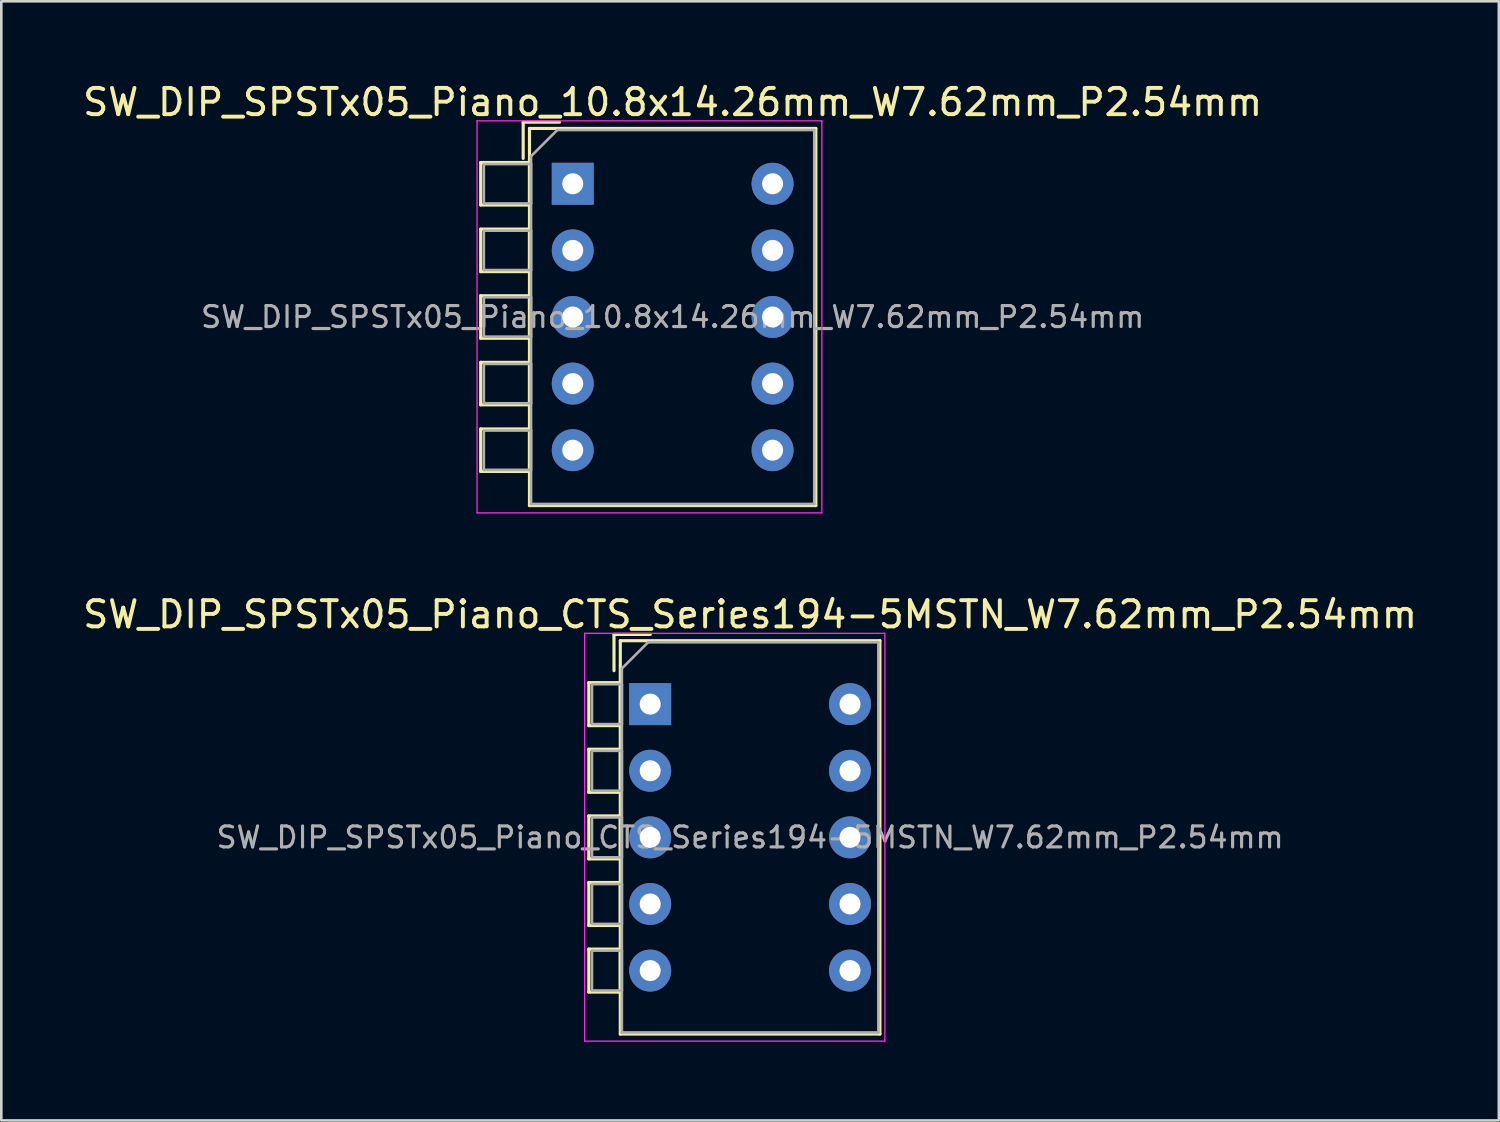
<source format=kicad_pcb>
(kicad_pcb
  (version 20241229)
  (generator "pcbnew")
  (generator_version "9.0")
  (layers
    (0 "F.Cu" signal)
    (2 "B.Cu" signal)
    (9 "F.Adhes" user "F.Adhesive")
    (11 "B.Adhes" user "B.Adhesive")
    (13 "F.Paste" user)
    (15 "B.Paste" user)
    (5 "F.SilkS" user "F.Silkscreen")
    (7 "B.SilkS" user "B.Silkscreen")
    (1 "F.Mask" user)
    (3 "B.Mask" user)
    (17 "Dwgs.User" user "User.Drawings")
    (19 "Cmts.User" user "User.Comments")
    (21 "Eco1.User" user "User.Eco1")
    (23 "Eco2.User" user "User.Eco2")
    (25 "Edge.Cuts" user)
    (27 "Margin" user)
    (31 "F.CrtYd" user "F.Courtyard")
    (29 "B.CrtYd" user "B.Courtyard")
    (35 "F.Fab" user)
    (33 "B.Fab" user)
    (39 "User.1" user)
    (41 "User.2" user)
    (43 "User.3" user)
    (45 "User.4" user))
  (footprint "SW_DIP_SPSTx05_Piano_CTS_Series194-5MSTN_W7.62mm_P2.54mm"
    (layer "F.Cu")
    (at 21.744 23.802)
    (property "Reference" "SW_DIP_SPSTx05_Piano_CTS_Series194-5MSTN_W7.62mm_P2.54mm" (at 3.81 -3.42 0) (layer "F.SilkS") (effects (font (size 1 1) (thickness 0.15))))
    (attr through_hole)
    (fp_line (start -2.34 -0.82) (end -2.34 0.82) (stroke (width 0.12) (type solid)) (layer "F.SilkS"))
    (fp_line (start -2.34 -0.82) (end -1.14 -0.82) (stroke (width 0.12) (type solid)) (layer "F.SilkS"))
    (fp_line (start -2.34 0.82) (end -1.14 0.82) (stroke (width 0.12) (type solid)) (layer "F.SilkS"))
    (fp_line (start -2.34 1.72) (end -2.34 3.361) (stroke (width 0.12) (type solid)) (layer "F.SilkS"))
    (fp_line (start -2.34 1.72) (end -1.14 1.72) (stroke (width 0.12) (type solid)) (layer "F.SilkS"))
    (fp_line (start -2.34 3.361) (end -1.14 3.361) (stroke (width 0.12) (type solid)) (layer "F.SilkS"))
    (fp_line (start -2.34 4.261) (end -2.34 5.9) (stroke (width 0.12) (type solid)) (layer "F.SilkS"))
    (fp_line (start -2.34 4.261) (end -1.14 4.261) (stroke (width 0.12) (type solid)) (layer "F.SilkS"))
    (fp_line (start -2.34 5.9) (end -1.14 5.9) (stroke (width 0.12) (type solid)) (layer "F.SilkS"))
    (fp_line (start -2.34 6.801) (end -2.34 8.441) (stroke (width 0.12) (type solid)) (layer "F.SilkS"))
    (fp_line (start -2.34 6.801) (end -1.14 6.801) (stroke (width 0.12) (type solid)) (layer "F.SilkS"))
    (fp_line (start -2.34 8.441) (end -1.14 8.441) (stroke (width 0.12) (type solid)) (layer "F.SilkS"))
    (fp_line (start -2.34 9.34) (end -2.34 10.98) (stroke (width 0.12) (type solid)) (layer "F.SilkS"))
    (fp_line (start -2.34 9.34) (end -1.14 9.34) (stroke (width 0.12) (type solid)) (layer "F.SilkS"))
    (fp_line (start -2.34 10.98) (end -1.14 10.98) (stroke (width 0.12) (type solid)) (layer "F.SilkS"))
    (fp_line (start -1.38 -2.66) (end -1.38 -1.277) (stroke (width 0.12) (type solid)) (layer "F.SilkS"))
    (fp_line (start -1.38 -2.66) (end 0.004 -2.66) (stroke (width 0.12) (type solid)) (layer "F.SilkS"))
    (fp_line (start -1.14 -2.42) (end -1.14 12.58) (stroke (width 0.12) (type solid)) (layer "F.SilkS"))
    (fp_line (start -1.14 -2.42) (end 8.76 -2.42) (stroke (width 0.12) (type solid)) (layer "F.SilkS"))
    (fp_line (start -1.14 -0.82) (end -1.14 0.82) (stroke (width 0.12) (type solid)) (layer "F.SilkS"))
    (fp_line (start -1.14 1.72) (end -1.14 3.361) (stroke (width 0.12) (type solid)) (layer "F.SilkS"))
    (fp_line (start -1.14 4.261) (end -1.14 5.9) (stroke (width 0.12) (type solid)) (layer "F.SilkS"))
    (fp_line (start -1.14 6.801) (end -1.14 8.441) (stroke (width 0.12) (type solid)) (layer "F.SilkS"))
    (fp_line (start -1.14 9.34) (end -1.14 10.98) (stroke (width 0.12) (type solid)) (layer "F.SilkS"))
    (fp_line (start -1.14 12.58) (end 8.76 12.58) (stroke (width 0.12) (type solid)) (layer "F.SilkS"))
    (fp_line (start 8.76 -2.42) (end 8.76 12.58) (stroke (width 0.12) (type solid)) (layer "F.SilkS"))
    (fp_line (start -2.5 -2.7) (end -2.5 12.85) (stroke (width 0.05) (type solid)) (layer "F.CrtYd"))
    (fp_line (start -2.5 12.85) (end 8.95 12.85) (stroke (width 0.05) (type solid)) (layer "F.CrtYd"))
    (fp_line (start 8.95 -2.7) (end -2.5 -2.7) (stroke (width 0.05) (type solid)) (layer "F.CrtYd"))
    (fp_line (start 8.95 12.85) (end 8.95 -2.7) (stroke (width 0.05) (type solid)) (layer "F.CrtYd"))
    (fp_line (start -2.22 -0.76) (end -1.08 -0.76) (stroke (width 0.1) (type solid)) (layer "F.Fab"))
    (fp_line (start -2.22 0.76) (end -2.22 -0.76) (stroke (width 0.1) (type solid)) (layer "F.Fab"))
    (fp_line (start -2.22 1.78) (end -1.08 1.78) (stroke (width 0.1) (type solid)) (layer "F.Fab"))
    (fp_line (start -2.22 3.3) (end -2.22 1.78) (stroke (width 0.1) (type solid)) (layer "F.Fab"))
    (fp_line (start -2.22 4.32) (end -1.08 4.32) (stroke (width 0.1) (type solid)) (layer "F.Fab"))
    (fp_line (start -2.22 5.84) (end -2.22 4.32) (stroke (width 0.1) (type solid)) (layer "F.Fab"))
    (fp_line (start -2.22 6.86) (end -1.08 6.86) (stroke (width 0.1) (type solid)) (layer "F.Fab"))
    (fp_line (start -2.22 8.38) (end -2.22 6.86) (stroke (width 0.1) (type solid)) (layer "F.Fab"))
    (fp_line (start -2.22 9.4) (end -1.08 9.4) (stroke (width 0.1) (type solid)) (layer "F.Fab"))
    (fp_line (start -2.22 10.92) (end -2.22 9.4) (stroke (width 0.1) (type solid)) (layer "F.Fab"))
    (fp_line (start -1.08 -1.36) (end -0.08 -2.36) (stroke (width 0.1) (type solid)) (layer "F.Fab"))
    (fp_line (start -1.08 -0.76) (end -1.08 0.76) (stroke (width 0.1) (type solid)) (layer "F.Fab"))
    (fp_line (start -1.08 0.76) (end -2.22 0.76) (stroke (width 0.1) (type solid)) (layer "F.Fab"))
    (fp_line (start -1.08 1.78) (end -1.08 3.3) (stroke (width 0.1) (type solid)) (layer "F.Fab"))
    (fp_line (start -1.08 3.3) (end -2.22 3.3) (stroke (width 0.1) (type solid)) (layer "F.Fab"))
    (fp_line (start -1.08 4.32) (end -1.08 5.84) (stroke (width 0.1) (type solid)) (layer "F.Fab"))
    (fp_line (start -1.08 5.84) (end -2.22 5.84) (stroke (width 0.1) (type solid)) (layer "F.Fab"))
    (fp_line (start -1.08 6.86) (end -1.08 8.38) (stroke (width 0.1) (type solid)) (layer "F.Fab"))
    (fp_line (start -1.08 8.38) (end -2.22 8.38) (stroke (width 0.1) (type solid)) (layer "F.Fab"))
    (fp_line (start -1.08 9.4) (end -1.08 10.92) (stroke (width 0.1) (type solid)) (layer "F.Fab"))
    (fp_line (start -1.08 10.92) (end -2.22 10.92) (stroke (width 0.1) (type solid)) (layer "F.Fab"))
    (fp_line (start -1.08 12.52) (end -1.08 -1.36) (stroke (width 0.1) (type solid)) (layer "F.Fab"))
    (fp_line (start -0.08 -2.36) (end 8.7 -2.36) (stroke (width 0.1) (type solid)) (layer "F.Fab"))
    (fp_line (start 8.7 -2.36) (end 8.7 12.52) (stroke (width 0.1) (type solid)) (layer "F.Fab"))
    (fp_line (start 8.7 12.52) (end -1.08 12.52) (stroke (width 0.1) (type solid)) (layer "F.Fab"))
    (fp_text user "${REFERENCE}" (at 3.81 5.08 0) (layer "F.Fab") (effects (font (size 0.8 0.8) (thickness 0.12))))
    (pad "1" thru_hole rect (at 0 0) (size 1.6 1.6) (drill 0.8) (layers "*.Cu" "*.Mask"))
    (pad "2" thru_hole oval (at 0 2.54) (size 1.6 1.6) (drill 0.8) (layers "*.Cu" "*.Mask"))
    (pad "3" thru_hole oval (at 0 5.08) (size 1.6 1.6) (drill 0.8) (layers "*.Cu" "*.Mask"))
    (pad "4" thru_hole oval (at 0 7.62) (size 1.6 1.6) (drill 0.8) (layers "*.Cu" "*.Mask"))
    (pad "5" thru_hole oval (at 0 10.16) (size 1.6 1.6) (drill 0.8) (layers "*.Cu" "*.Mask"))
    (pad "6" thru_hole oval (at 7.62 10.16) (size 1.6 1.6) (drill 0.8) (layers "*.Cu" "*.Mask"))
    (pad "7" thru_hole oval (at 7.62 7.62) (size 1.6 1.6) (drill 0.8) (layers "*.Cu" "*.Mask"))
    (pad "8" thru_hole oval (at 7.62 5.08) (size 1.6 1.6) (drill 0.8) (layers "*.Cu" "*.Mask"))
    (pad "9" thru_hole oval (at 7.62 2.54) (size 1.6 1.6) (drill 0.8) (layers "*.Cu" "*.Mask"))
    (pad "10" thru_hole oval (at 7.62 0) (size 1.6 1.6) (drill 0.8) (layers "*.Cu" "*.Mask")))
  (footprint "SW_DIP_SPSTx05_Piano_10.8x14.26mm_W7.62mm_P2.54mm"
    (layer "F.Cu")
    (at 18.791 3.958)
    (property "Reference" "SW_DIP_SPSTx05_Piano_10.8x14.26mm_W7.62mm_P2.54mm" (at 3.81 -3.11 0) (layer "F.SilkS") (effects (font (size 1 1) (thickness 0.15))))
    (attr through_hole)
    (fp_line (start -3.51 -0.81) (end -3.51 0.81) (stroke (width 0.12) (type solid)) (layer "F.SilkS"))
    (fp_line (start -3.51 -0.81) (end -1.65 -0.81) (stroke (width 0.12) (type solid)) (layer "F.SilkS"))
    (fp_line (start -3.51 0.81) (end -1.65 0.81) (stroke (width 0.12) (type solid)) (layer "F.SilkS"))
    (fp_line (start -3.51 1.73) (end -3.51 3.35) (stroke (width 0.12) (type solid)) (layer "F.SilkS"))
    (fp_line (start -3.51 1.73) (end -1.65 1.73) (stroke (width 0.12) (type solid)) (layer "F.SilkS"))
    (fp_line (start -3.51 3.35) (end -1.65 3.35) (stroke (width 0.12) (type solid)) (layer "F.SilkS"))
    (fp_line (start -3.51 4.27) (end -3.51 5.89) (stroke (width 0.12) (type solid)) (layer "F.SilkS"))
    (fp_line (start -3.51 4.27) (end -1.65 4.27) (stroke (width 0.12) (type solid)) (layer "F.SilkS"))
    (fp_line (start -3.51 5.89) (end -1.65 5.89) (stroke (width 0.12) (type solid)) (layer "F.SilkS"))
    (fp_line (start -3.51 6.81) (end -3.51 8.43) (stroke (width 0.12) (type solid)) (layer "F.SilkS"))
    (fp_line (start -3.51 6.81) (end -1.65 6.81) (stroke (width 0.12) (type solid)) (layer "F.SilkS"))
    (fp_line (start -3.51 8.43) (end -1.65 8.43) (stroke (width 0.12) (type solid)) (layer "F.SilkS"))
    (fp_line (start -3.51 9.35) (end -3.51 10.97) (stroke (width 0.12) (type solid)) (layer "F.SilkS"))
    (fp_line (start -3.51 9.35) (end -1.65 9.35) (stroke (width 0.12) (type solid)) (layer "F.SilkS"))
    (fp_line (start -3.51 10.97) (end -1.65 10.97) (stroke (width 0.12) (type solid)) (layer "F.SilkS"))
    (fp_line (start -1.89 -2.35) (end -1.89 -0.967) (stroke (width 0.12) (type solid)) (layer "F.SilkS"))
    (fp_line (start -1.89 -2.35) (end -0.507 -2.35) (stroke (width 0.12) (type solid)) (layer "F.SilkS"))
    (fp_line (start -1.65 -2.11) (end -1.65 12.271) (stroke (width 0.12) (type solid)) (layer "F.SilkS"))
    (fp_line (start -1.65 -2.11) (end 9.27 -2.11) (stroke (width 0.12) (type solid)) (layer "F.SilkS"))
    (fp_line (start -1.65 -0.81) (end -1.65 0.81) (stroke (width 0.12) (type solid)) (layer "F.SilkS"))
    (fp_line (start -1.65 1.73) (end -1.65 3.35) (stroke (width 0.12) (type solid)) (layer "F.SilkS"))
    (fp_line (start -1.65 4.27) (end -1.65 5.89) (stroke (width 0.12) (type solid)) (layer "F.SilkS"))
    (fp_line (start -1.65 6.81) (end -1.65 8.43) (stroke (width 0.12) (type solid)) (layer "F.SilkS"))
    (fp_line (start -1.65 9.35) (end -1.65 10.97) (stroke (width 0.12) (type solid)) (layer "F.SilkS"))
    (fp_line (start -1.65 12.271) (end 9.27 12.271) (stroke (width 0.12) (type solid)) (layer "F.SilkS"))
    (fp_line (start 9.27 -2.11) (end 9.27 12.271) (stroke (width 0.12) (type solid)) (layer "F.SilkS"))
    (fp_line (start -3.65 -2.4) (end -3.65 12.55) (stroke (width 0.05) (type solid)) (layer "F.CrtYd"))
    (fp_line (start -3.65 12.55) (end 9.5 12.55) (stroke (width 0.05) (type solid)) (layer "F.CrtYd"))
    (fp_line (start 9.5 -2.4) (end -3.65 -2.4) (stroke (width 0.05) (type solid)) (layer "F.CrtYd"))
    (fp_line (start 9.5 12.55) (end 9.5 -2.4) (stroke (width 0.05) (type solid)) (layer "F.CrtYd"))
    (fp_line (start -3.39 -0.75) (end -1.59 -0.75) (stroke (width 0.1) (type solid)) (layer "F.Fab"))
    (fp_line (start -3.39 0.75) (end -3.39 -0.75) (stroke (width 0.1) (type solid)) (layer "F.Fab"))
    (fp_line (start -3.39 1.79) (end -1.59 1.79) (stroke (width 0.1) (type solid)) (layer "F.Fab"))
    (fp_line (start -3.39 3.29) (end -3.39 1.79) (stroke (width 0.1) (type solid)) (layer "F.Fab"))
    (fp_line (start -3.39 4.33) (end -1.59 4.33) (stroke (width 0.1) (type solid)) (layer "F.Fab"))
    (fp_line (start -3.39 5.83) (end -3.39 4.33) (stroke (width 0.1) (type solid)) (layer "F.Fab"))
    (fp_line (start -3.39 6.87) (end -1.59 6.87) (stroke (width 0.1) (type solid)) (layer "F.Fab"))
    (fp_line (start -3.39 8.37) (end -3.39 6.87) (stroke (width 0.1) (type solid)) (layer "F.Fab"))
    (fp_line (start -3.39 9.41) (end -1.59 9.41) (stroke (width 0.1) (type solid)) (layer "F.Fab"))
    (fp_line (start -3.39 10.91) (end -3.39 9.41) (stroke (width 0.1) (type solid)) (layer "F.Fab"))
    (fp_line (start -1.59 -1.05) (end -0.59 -2.05) (stroke (width 0.1) (type solid)) (layer "F.Fab"))
    (fp_line (start -1.59 -0.75) (end -1.59 0.75) (stroke (width 0.1) (type solid)) (layer "F.Fab"))
    (fp_line (start -1.59 0.75) (end -3.39 0.75) (stroke (width 0.1) (type solid)) (layer "F.Fab"))
    (fp_line (start -1.59 1.79) (end -1.59 3.29) (stroke (width 0.1) (type solid)) (layer "F.Fab"))
    (fp_line (start -1.59 3.29) (end -3.39 3.29) (stroke (width 0.1) (type solid)) (layer "F.Fab"))
    (fp_line (start -1.59 4.33) (end -1.59 5.83) (stroke (width 0.1) (type solid)) (layer "F.Fab"))
    (fp_line (start -1.59 5.83) (end -3.39 5.83) (stroke (width 0.1) (type solid)) (layer "F.Fab"))
    (fp_line (start -1.59 6.87) (end -1.59 8.37) (stroke (width 0.1) (type solid)) (layer "F.Fab"))
    (fp_line (start -1.59 8.37) (end -3.39 8.37) (stroke (width 0.1) (type solid)) (layer "F.Fab"))
    (fp_line (start -1.59 9.41) (end -1.59 10.91) (stroke (width 0.1) (type solid)) (layer "F.Fab"))
    (fp_line (start -1.59 10.91) (end -3.39 10.91) (stroke (width 0.1) (type solid)) (layer "F.Fab"))
    (fp_line (start -1.59 12.21) (end -1.59 -1.05) (stroke (width 0.1) (type solid)) (layer "F.Fab"))
    (fp_line (start -0.59 -2.05) (end 9.21 -2.05) (stroke (width 0.1) (type solid)) (layer "F.Fab"))
    (fp_line (start 9.21 -2.05) (end 9.21 12.21) (stroke (width 0.1) (type solid)) (layer "F.Fab"))
    (fp_line (start 9.21 12.21) (end -1.59 12.21) (stroke (width 0.1) (type solid)) (layer "F.Fab"))
    (fp_text user "${REFERENCE}" (at 3.81 5.08 0) (layer "F.Fab") (effects (font (size 0.8 0.8) (thickness 0.12))))
    (pad "1" thru_hole rect (at 0 0) (size 1.6 1.6) (drill 0.8) (layers "*.Cu" "*.Mask"))
    (pad "2" thru_hole oval (at 0 2.54) (size 1.6 1.6) (drill 0.8) (layers "*.Cu" "*.Mask"))
    (pad "3" thru_hole oval (at 0 5.08) (size 1.6 1.6) (drill 0.8) (layers "*.Cu" "*.Mask"))
    (pad "4" thru_hole oval (at 0 7.62) (size 1.6 1.6) (drill 0.8) (layers "*.Cu" "*.Mask"))
    (pad "5" thru_hole oval (at 0 10.16) (size 1.6 1.6) (drill 0.8) (layers "*.Cu" "*.Mask"))
    (pad "6" thru_hole oval (at 7.62 10.16) (size 1.6 1.6) (drill 0.8) (layers "*.Cu" "*.Mask"))
    (pad "7" thru_hole oval (at 7.62 7.62) (size 1.6 1.6) (drill 0.8) (layers "*.Cu" "*.Mask"))
    (pad "8" thru_hole oval (at 7.62 5.08) (size 1.6 1.6) (drill 0.8) (layers "*.Cu" "*.Mask"))
    (pad "9" thru_hole oval (at 7.62 2.54) (size 1.6 1.6) (drill 0.8) (layers "*.Cu" "*.Mask"))
    (pad "10" thru_hole oval (at 7.62 0) (size 1.6 1.6) (drill 0.8) (layers "*.Cu" "*.Mask")))
  (gr_rect
    (start -3 -3)
    (end 54.107 39.676)
    (stroke (width 0.1) (type default))
    (fill no)
    (layer "Edge.Cuts")))
</source>
